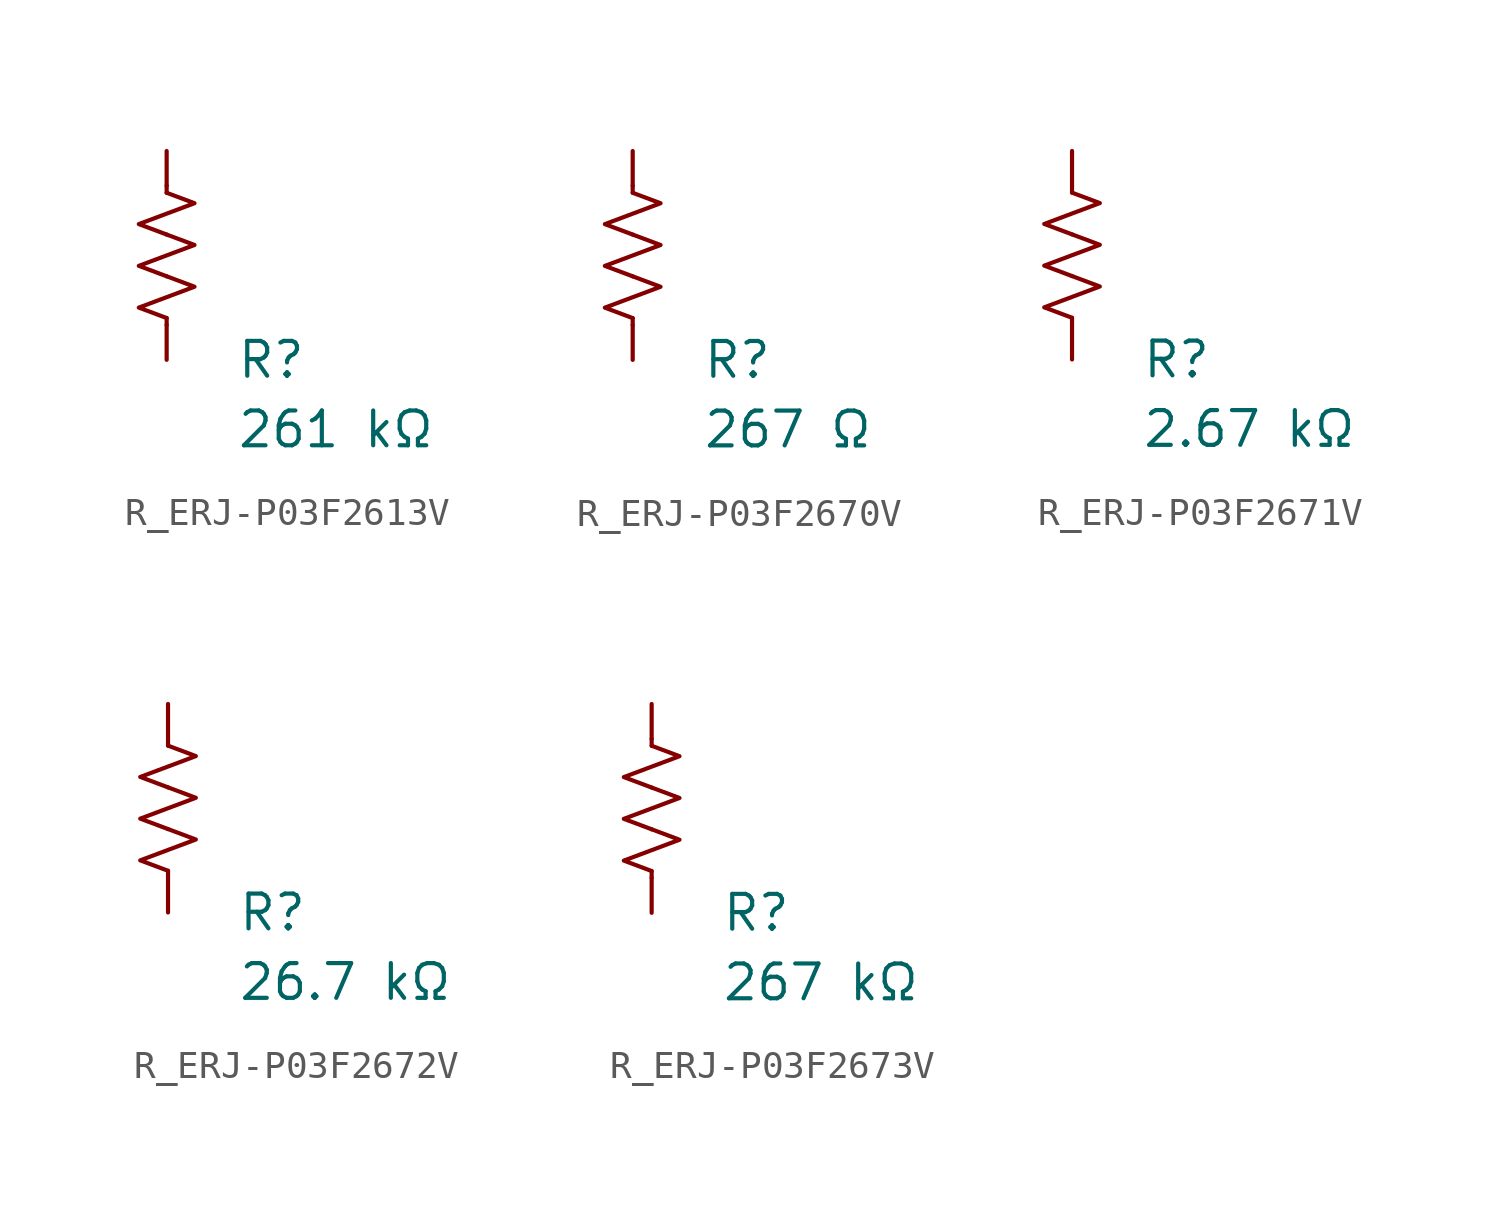
<source format=kicad_sym>
(kicad_symbol_lib
  (version 20231120)
  (generator "kicad_symbol_editor")
  (generator_version "8.0")
  (symbol "R_ERJ-P03F2613V"
    (pin_numbers hide)
    (pin_names
      (offset 0))
    (property "Reference" "R"
      (at 2.54 -3.81 0)
      (effects (font (size 1.27 1.27)) (justify left))
      (show_name no))
    (property "Value" "261 kΩ"
      (at 2.54 -6.35 0)
      (effects (font (size 1.27 1.27)) (justify left))
      (show_name no))
    (symbol "R_ERJ-P03F2613V_0_1"
      (polyline (pts (xy 0 -2.286) (xy 0 -2.54)) (stroke (width 0) (type default)) (fill (type none)))
      (polyline (pts (xy 0 2.286) (xy 0 2.54)) (stroke (width 0) (type default)) (fill (type none)))
      (polyline (pts (xy 0 -0.762) (xy 1.016 -1.143) (xy 0 -1.524) (xy -1.016 -1.905) (xy 0 -2.286)) (stroke (width 0) (type default)) (fill (type none)))
      (polyline (pts (xy 0 0.762) (xy 1.016 0.381) (xy 0 0) (xy -1.016 -0.381) (xy 0 -0.762)) (stroke (width 0) (type default)) (fill (type none)))
      (polyline (pts (xy 0 2.286) (xy 1.016 1.905) (xy 0 1.524) (xy -1.016 1.143) (xy 0 0.762)) (stroke (width 0) (type default)) (fill (type none))))
    (symbol "R_ERJ-P03F2613V_1_1"
      (pin passive line (at 0 3.81 270) (length 1.27) (name "~" (effects (font (size 1.27 1.27)))) (number "1" (effects (font (size 1.27 1.27)))))
      (pin passive line (at 0 -3.81 90) (length 1.27) (name "~" (effects (font (size 1.27 1.27)))) (number "2" (effects (font (size 1.27 1.27)))))))
  (symbol "R_ERJ-P03F2670V"
    (pin_numbers hide)
    (pin_names
      (offset 0))
    (property "Reference" "R"
      (at 2.54 -3.81 0)
      (effects (font (size 1.27 1.27)) (justify left))
      (show_name no))
    (property "Value" "267 Ω"
      (at 2.54 -6.35 0)
      (effects (font (size 1.27 1.27)) (justify left))
      (show_name no))
    (symbol "R_ERJ-P03F2670V_0_1"
      (polyline (pts (xy 0 -2.286) (xy 0 -2.54)) (stroke (width 0) (type default)) (fill (type none)))
      (polyline (pts (xy 0 2.286) (xy 0 2.54)) (stroke (width 0) (type default)) (fill (type none)))
      (polyline (pts (xy 0 -0.762) (xy 1.016 -1.143) (xy 0 -1.524) (xy -1.016 -1.905) (xy 0 -2.286)) (stroke (width 0) (type default)) (fill (type none)))
      (polyline (pts (xy 0 0.762) (xy 1.016 0.381) (xy 0 0) (xy -1.016 -0.381) (xy 0 -0.762)) (stroke (width 0) (type default)) (fill (type none)))
      (polyline (pts (xy 0 2.286) (xy 1.016 1.905) (xy 0 1.524) (xy -1.016 1.143) (xy 0 0.762)) (stroke (width 0) (type default)) (fill (type none))))
    (symbol "R_ERJ-P03F2670V_1_1"
      (pin passive line (at 0 3.81 270) (length 1.27) (name "~" (effects (font (size 1.27 1.27)))) (number "1" (effects (font (size 1.27 1.27)))))
      (pin passive line (at 0 -3.81 90) (length 1.27) (name "~" (effects (font (size 1.27 1.27)))) (number "2" (effects (font (size 1.27 1.27)))))))
  (symbol "R_ERJ-P03F2671V"
    (pin_numbers hide)
    (pin_names
      (offset 0))
    (property "Reference" "R"
      (at 2.54 -3.81 0)
      (effects (font (size 1.27 1.27)) (justify left))
      (show_name no))
    (property "Value" "2.67 kΩ"
      (at 2.54 -6.35 0)
      (effects (font (size 1.27 1.27)) (justify left))
      (show_name no))
    (symbol "R_ERJ-P03F2671V_0_1"
      (polyline (pts (xy 0 -2.286) (xy 0 -2.54)) (stroke (width 0) (type default)) (fill (type none)))
      (polyline (pts (xy 0 2.286) (xy 0 2.54)) (stroke (width 0) (type default)) (fill (type none)))
      (polyline (pts (xy 0 -0.762) (xy 1.016 -1.143) (xy 0 -1.524) (xy -1.016 -1.905) (xy 0 -2.286)) (stroke (width 0) (type default)) (fill (type none)))
      (polyline (pts (xy 0 0.762) (xy 1.016 0.381) (xy 0 0) (xy -1.016 -0.381) (xy 0 -0.762)) (stroke (width 0) (type default)) (fill (type none)))
      (polyline (pts (xy 0 2.286) (xy 1.016 1.905) (xy 0 1.524) (xy -1.016 1.143) (xy 0 0.762)) (stroke (width 0) (type default)) (fill (type none))))
    (symbol "R_ERJ-P03F2671V_1_1"
      (pin passive line (at 0 3.81 270) (length 1.27) (name "~" (effects (font (size 1.27 1.27)))) (number "1" (effects (font (size 1.27 1.27)))))
      (pin passive line (at 0 -3.81 90) (length 1.27) (name "~" (effects (font (size 1.27 1.27)))) (number "2" (effects (font (size 1.27 1.27)))))))
  (symbol "R_ERJ-P03F2672V"
    (pin_numbers hide)
    (pin_names
      (offset 0))
    (property "Reference" "R"
      (at 2.54 -3.81 0)
      (effects (font (size 1.27 1.27)) (justify left))
      (show_name no))
    (property "Value" "26.7 kΩ"
      (at 2.54 -6.35 0)
      (effects (font (size 1.27 1.27)) (justify left))
      (show_name no))
    (symbol "R_ERJ-P03F2672V_0_1"
      (polyline (pts (xy 0 -2.286) (xy 0 -2.54)) (stroke (width 0) (type default)) (fill (type none)))
      (polyline (pts (xy 0 2.286) (xy 0 2.54)) (stroke (width 0) (type default)) (fill (type none)))
      (polyline (pts (xy 0 -0.762) (xy 1.016 -1.143) (xy 0 -1.524) (xy -1.016 -1.905) (xy 0 -2.286)) (stroke (width 0) (type default)) (fill (type none)))
      (polyline (pts (xy 0 0.762) (xy 1.016 0.381) (xy 0 0) (xy -1.016 -0.381) (xy 0 -0.762)) (stroke (width 0) (type default)) (fill (type none)))
      (polyline (pts (xy 0 2.286) (xy 1.016 1.905) (xy 0 1.524) (xy -1.016 1.143) (xy 0 0.762)) (stroke (width 0) (type default)) (fill (type none))))
    (symbol "R_ERJ-P03F2672V_1_1"
      (pin passive line (at 0 3.81 270) (length 1.27) (name "~" (effects (font (size 1.27 1.27)))) (number "1" (effects (font (size 1.27 1.27)))))
      (pin passive line (at 0 -3.81 90) (length 1.27) (name "~" (effects (font (size 1.27 1.27)))) (number "2" (effects (font (size 1.27 1.27)))))))
  (symbol "R_ERJ-P03F2673V"
    (pin_numbers hide)
    (pin_names
      (offset 0))
    (property "Reference" "R"
      (at 2.54 -3.81 0)
      (effects (font (size 1.27 1.27)) (justify left))
      (show_name no))
    (property "Value" "267 kΩ"
      (at 2.54 -6.35 0)
      (effects (font (size 1.27 1.27)) (justify left))
      (show_name no))
    (symbol "R_ERJ-P03F2673V_0_1"
      (polyline (pts (xy 0 -2.286) (xy 0 -2.54)) (stroke (width 0) (type default)) (fill (type none)))
      (polyline (pts (xy 0 2.286) (xy 0 2.54)) (stroke (width 0) (type default)) (fill (type none)))
      (polyline (pts (xy 0 -0.762) (xy 1.016 -1.143) (xy 0 -1.524) (xy -1.016 -1.905) (xy 0 -2.286)) (stroke (width 0) (type default)) (fill (type none)))
      (polyline (pts (xy 0 0.762) (xy 1.016 0.381) (xy 0 0) (xy -1.016 -0.381) (xy 0 -0.762)) (stroke (width 0) (type default)) (fill (type none)))
      (polyline (pts (xy 0 2.286) (xy 1.016 1.905) (xy 0 1.524) (xy -1.016 1.143) (xy 0 0.762)) (stroke (width 0) (type default)) (fill (type none))))
    (symbol "R_ERJ-P03F2673V_1_1"
      (pin passive line (at 0 3.81 270) (length 1.27) (name "~" (effects (font (size 1.27 1.27)))) (number "1" (effects (font (size 1.27 1.27)))))
      (pin passive line (at 0 -3.81 90) (length 1.27) (name "~" (effects (font (size 1.27 1.27)))) (number "2" (effects (font (size 1.27 1.27))))))))
</source>
